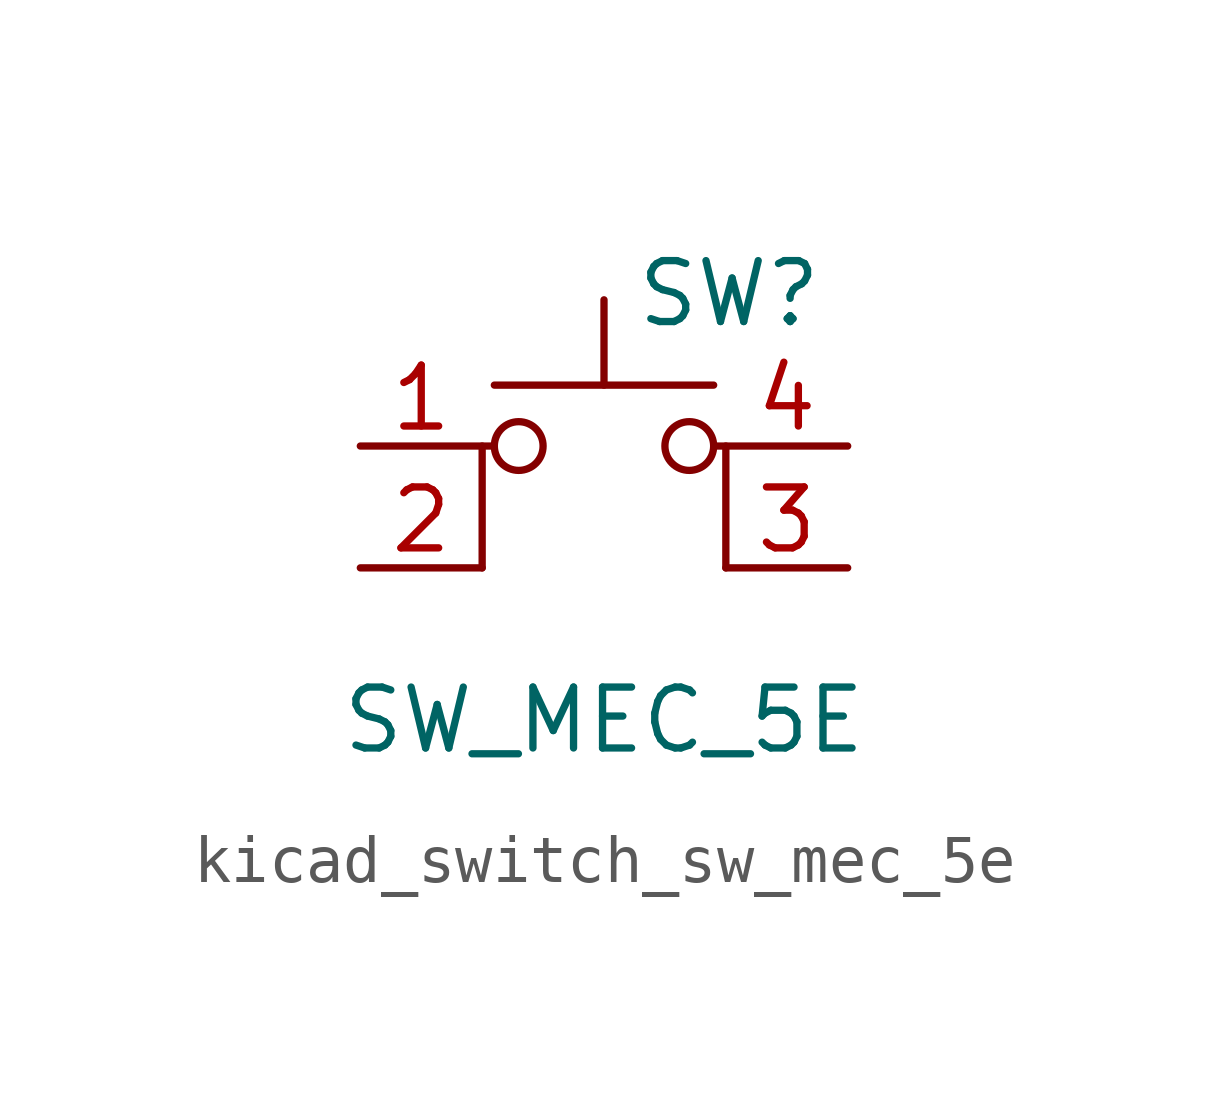
<source format=kicad_sym>
(kicad_symbol_lib
  (version 20220914)
  (generator kicad_symbol_editor)
  (symbol "kicad_switch_sw_mec_5e"
    (pin_names
      (offset 1.016) hide)
    (property "Reference" "SW"
      (at 0.635 5.715 0)
      (effects (font (size 1.27 1.27)) (justify left)))
    (property "Value" "SW_MEC_5E"
      (at 0 -3.175 0)
      (effects (font (size 1.27 1.27))))
    (symbol "kicad_switch_sw_mec_5e_0_1"
      (circle (center -1.778 2.54) (radius 0.508) (stroke (width 0) (type default)) (fill (type none)))
      (polyline (pts (xy -2.286 3.81) (xy 2.286 3.81)) (stroke (width 0) (type default)) (fill (type none)))
      (polyline (pts (xy 0 3.81) (xy 0 5.588)) (stroke (width 0) (type default)) (fill (type none)))
      (polyline (pts (xy -2.54 0) (xy -2.54 2.54) (xy -2.286 2.54)) (stroke (width 0) (type default)) (fill (type none)))
      (polyline (pts (xy 2.54 0) (xy 2.54 2.54) (xy 2.286 2.54)) (stroke (width 0) (type default)) (fill (type none)))
      (circle (center 1.778 2.54) (radius 0.508) (stroke (width 0) (type default)) (fill (type none)))
      (pin passive line (at -5.08 2.54 0) (length 2.54) (name "1" (effects (font (size 1.27 1.27)))) (number "1" (effects (font (size 1.27 1.27)))))
      (pin passive line (at -5.08 0 0) (length 2.54) (name "2" (effects (font (size 1.27 1.27)))) (number "2" (effects (font (size 1.27 1.27)))))
      (pin passive line (at 5.08 0 180) (length 2.54) (name "K" (effects (font (size 1.27 1.27)))) (number "3" (effects (font (size 1.27 1.27)))))
      (pin passive line (at 5.08 2.54 180) (length 2.54) (name "A" (effects (font (size 1.27 1.27)))) (number "4" (effects (font (size 1.27 1.27))))))))
</source>
